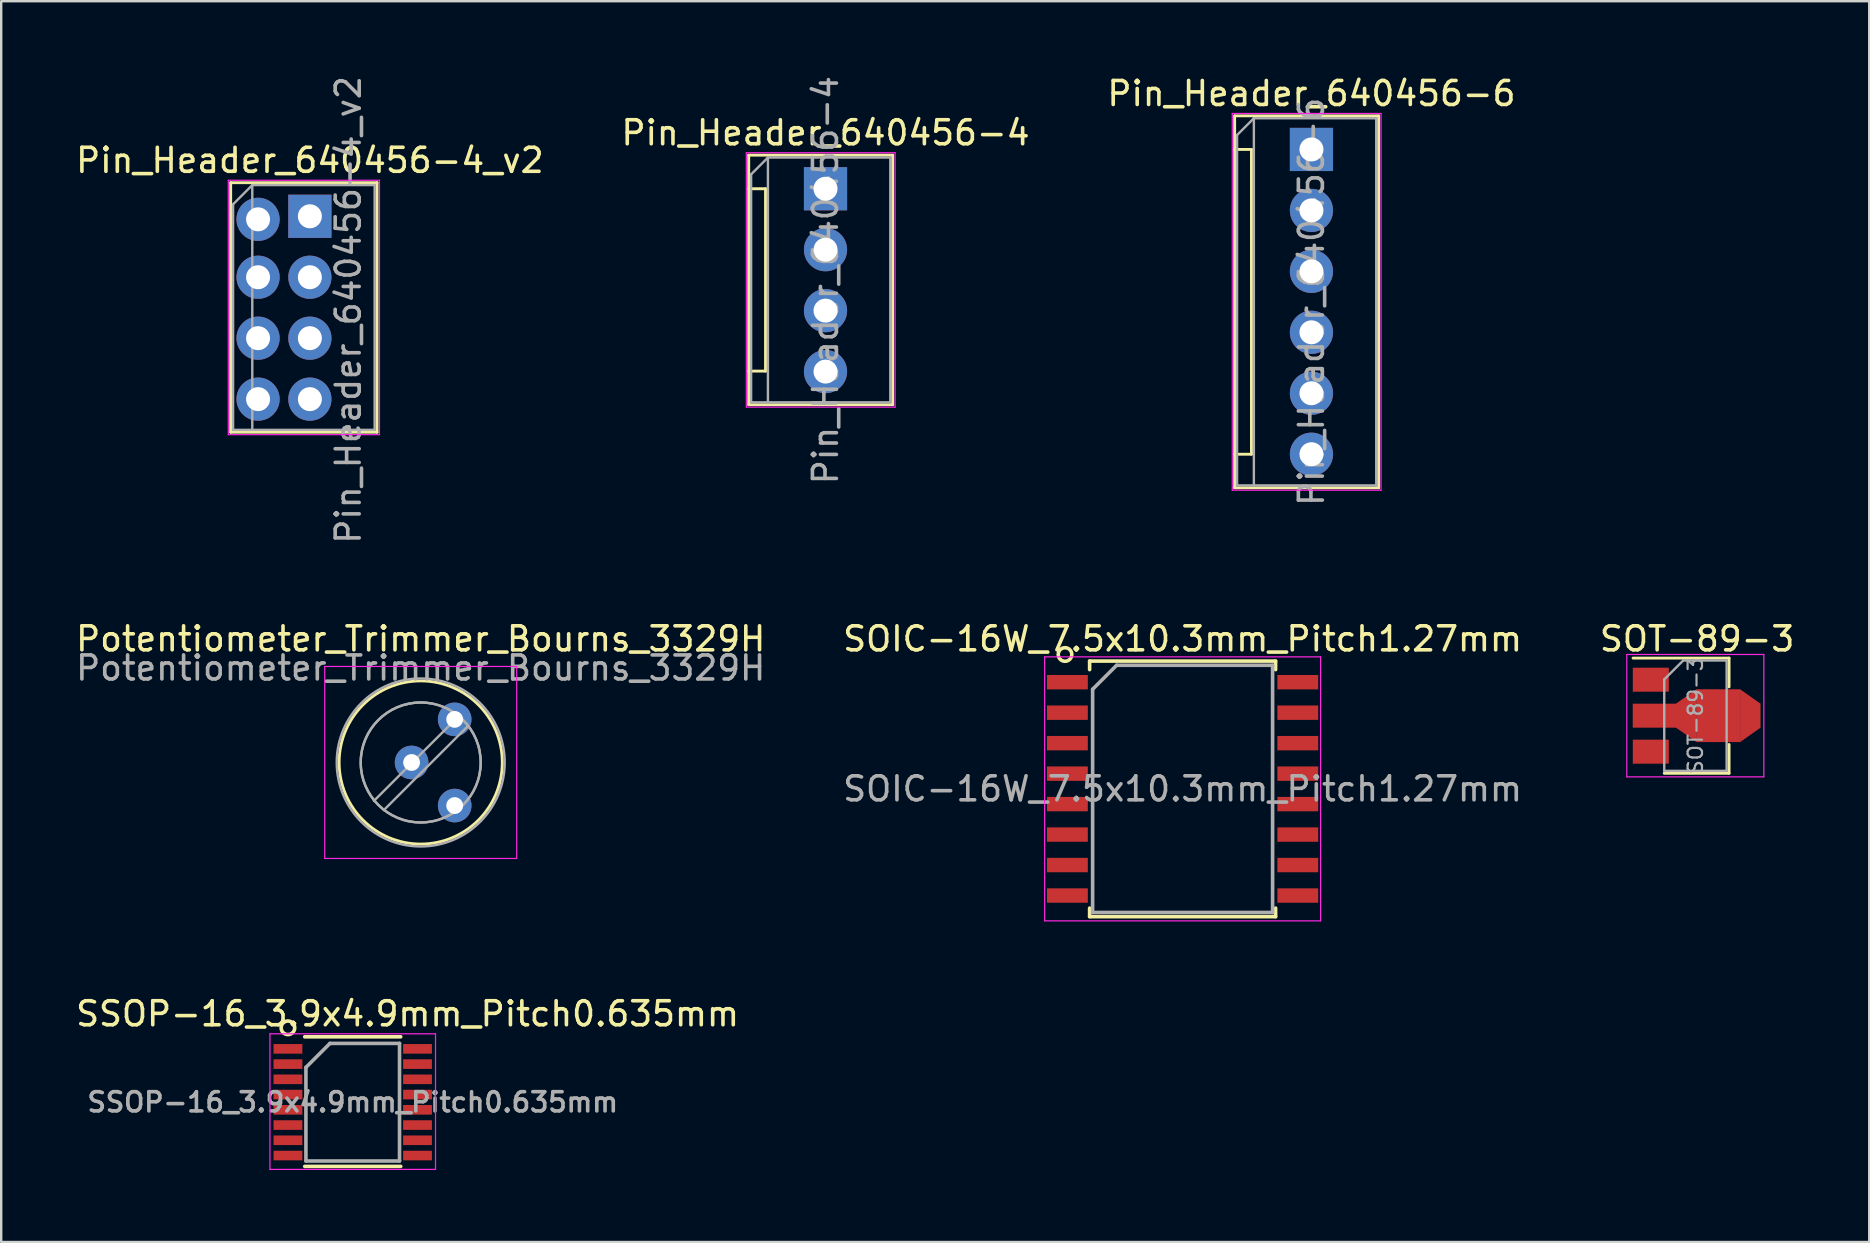
<source format=kicad_pcb>
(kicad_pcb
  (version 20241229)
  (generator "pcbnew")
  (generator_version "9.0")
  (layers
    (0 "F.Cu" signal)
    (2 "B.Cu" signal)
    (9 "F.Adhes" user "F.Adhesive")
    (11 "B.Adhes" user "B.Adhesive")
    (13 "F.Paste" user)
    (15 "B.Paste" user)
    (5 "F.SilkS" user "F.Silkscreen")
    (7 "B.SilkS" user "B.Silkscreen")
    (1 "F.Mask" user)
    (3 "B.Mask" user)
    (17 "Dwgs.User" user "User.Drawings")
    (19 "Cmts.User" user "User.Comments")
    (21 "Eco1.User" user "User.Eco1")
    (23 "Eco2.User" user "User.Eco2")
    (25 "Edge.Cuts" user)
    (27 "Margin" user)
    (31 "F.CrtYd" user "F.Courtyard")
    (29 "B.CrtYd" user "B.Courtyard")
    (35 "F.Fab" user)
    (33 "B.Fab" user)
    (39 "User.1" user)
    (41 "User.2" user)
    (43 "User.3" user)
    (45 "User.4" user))
  (footprint "Pin_Header_640456-4"
    (layer "F.Cu")
    (at 31.351 4.815)
    (property "Reference" "Pin_Header_640456-4" (at 0 -2.33 0) (layer "F.SilkS") (effects (font (size 1 1) (thickness 0.15))))
    (attr through_hole)
    (fp_line (start -3.2 -1.4) (end -3.2 9) (stroke (width 0.12) (type solid)) (layer "F.SilkS"))
    (fp_line (start -3.2 -1.4) (end 2.8 -1.4) (stroke (width 0.12) (type solid)) (layer "F.SilkS"))
    (fp_line (start -3.2 9) (end 2.8 9) (stroke (width 0.12) (type solid)) (layer "F.SilkS"))
    (fp_line (start -2.5 0) (end -3.2 0) (stroke (width 0.12) (type solid)) (layer "F.SilkS"))
    (fp_line (start -2.5 0) (end -2.5 7.6) (stroke (width 0.12) (type solid)) (layer "F.SilkS"))
    (fp_line (start -2.5 7.6) (end -3.2 7.6) (stroke (width 0.12) (type solid)) (layer "F.SilkS"))
    (fp_line (start 2.8 -1.4) (end 2.8 9) (stroke (width 0.12) (type solid)) (layer "F.SilkS"))
    (fp_line (start -3.3 -1.5) (end 2.9 -1.5) (stroke (width 0.05) (type solid)) (layer "F.CrtYd"))
    (fp_line (start -3.3 9.1) (end -3.3 -1.5) (stroke (width 0.05) (type solid)) (layer "F.CrtYd"))
    (fp_line (start 2.9 -1.5) (end 2.9 9.1) (stroke (width 0.05) (type solid)) (layer "F.CrtYd"))
    (fp_line (start 2.9 9.1) (end -3.3 9.1) (stroke (width 0.05) (type solid)) (layer "F.CrtYd"))
    (fp_line (start -3.1 -0.6) (end -2.4 -1.3) (stroke (width 0.1) (type solid)) (layer "F.Fab"))
    (fp_line (start -3.1 8.9) (end -3.1 -0.6) (stroke (width 0.1) (type solid)) (layer "F.Fab"))
    (fp_line (start -2.4 -1.3) (end 2.7 -1.3) (stroke (width 0.1) (type solid)) (layer "F.Fab"))
    (fp_line (start -2.4 8.9) (end -2.4 -1.3) (stroke (width 0.1) (type solid)) (layer "F.Fab"))
    (fp_line (start 2.7 -1.3) (end 2.7 8.9) (stroke (width 0.1) (type solid)) (layer "F.Fab"))
    (fp_line (start 2.7 8.9) (end -3.1 8.9) (stroke (width 0.1) (type solid)) (layer "F.Fab"))
    (fp_text user "${REFERENCE}" (at 0 3.81 90) (layer "F.Fab") (effects (font (size 1 1) (thickness 0.15))))
    (pad "1" thru_hole rect (at 0 0) (size 1.8 1.8) (drill 1) (layers "*.Cu" "*.Mask"))
    (pad "2" thru_hole oval (at 0 2.54) (size 1.8 1.8) (drill 1) (layers "*.Cu" "*.Mask"))
    (pad "3" thru_hole oval (at 0 5.08) (size 1.8 1.8) (drill 1) (layers "*.Cu" "*.Mask"))
    (pad "4" thru_hole oval (at 0 7.62) (size 1.8 1.8) (drill 1) (layers "*.Cu" "*.Mask")))
  (footprint "Pin_Header_640456-4_v2"
    (layer "F.Cu")
    (at 9.863 5.963)
    (property "Reference" "Pin_Header_640456-4_v2" (at 0 -2.33 0) (layer "F.SilkS") (effects (font (size 1 1) (thickness 0.15))))
    (attr through_hole)
    (fp_line (start -3.3 -1.4) (end -3.3 9) (stroke (width 0.12) (type solid)) (layer "F.SilkS"))
    (fp_line (start -3.3 -1.4) (end 2.8 -1.4) (stroke (width 0.12) (type solid)) (layer "F.SilkS"))
    (fp_line (start -3.3 9) (end 2.8 9) (stroke (width 0.12) (type solid)) (layer "F.SilkS"))
    (fp_line (start 2.8 -1.4) (end 2.8 9) (stroke (width 0.12) (type solid)) (layer "F.SilkS"))
    (fp_line (start -3.4 -1.5) (end 2.9 -1.5) (stroke (width 0.05) (type solid)) (layer "F.CrtYd"))
    (fp_line (start -3.4 9.1) (end -3.4 -1.5) (stroke (width 0.05) (type solid)) (layer "F.CrtYd"))
    (fp_line (start 2.9 -1.5) (end 2.9 9.1) (stroke (width 0.05) (type solid)) (layer "F.CrtYd"))
    (fp_line (start 2.9 9.1) (end -3.4 9.1) (stroke (width 0.05) (type solid)) (layer "F.CrtYd"))
    (fp_line (start -3.2 -0.5) (end -2.4 -1.3) (stroke (width 0.1) (type solid)) (layer "F.Fab"))
    (fp_line (start -3.2 8.9) (end -3.2 -0.5) (stroke (width 0.1) (type solid)) (layer "F.Fab"))
    (fp_line (start -2.4 -1.3) (end 2.7 -1.3) (stroke (width 0.1) (type solid)) (layer "F.Fab"))
    (fp_line (start -2.4 8.9) (end -2.4 -1.3) (stroke (width 0.1) (type solid)) (layer "F.Fab"))
    (fp_line (start 2.7 -1.3) (end 2.7 8.9) (stroke (width 0.1) (type solid)) (layer "F.Fab"))
    (fp_line (start 2.7 8.9) (end -3.2 8.9) (stroke (width 0.1) (type solid)) (layer "F.Fab"))
    (fp_text user "${REFERENCE}" (at 1.6 3.9 90) (layer "F.Fab") (effects (font (size 1 1) (thickness 0.15))))
    (pad "1" thru_hole circle (at -2.159 0.127) (size 1.8 1.8) (drill 1) (layers "*.Cu" "*.Mask"))
    (pad "1" thru_hole rect (at 0 0) (size 1.8 1.8) (drill 1) (layers "*.Cu" "*.Mask"))
    (pad "2" thru_hole oval (at -2.159 2.54) (size 1.8 1.8) (drill 1) (layers "*.Cu" "*.Mask"))
    (pad "2" thru_hole oval (at 0 2.54) (size 1.8 1.8) (drill 1) (layers "*.Cu" "*.Mask"))
    (pad "3" thru_hole oval (at -2.159 5.08) (size 1.8 1.8) (drill 1) (layers "*.Cu" "*.Mask"))
    (pad "3" thru_hole oval (at 0 5.08) (size 1.8 1.8) (drill 1) (layers "*.Cu" "*.Mask"))
    (pad "4" thru_hole oval (at -2.159 7.62) (size 1.8 1.8) (drill 1) (layers "*.Cu" "*.Mask"))
    (pad "4" thru_hole oval (at 0 7.62) (size 1.8 1.8) (drill 1) (layers "*.Cu" "*.Mask")))
  (footprint "Potentiometer_Trimmer_Bourns_3329H"
    (layer "F.Cu")
    (at 14.482 28.724)
    (property "Reference" "Potentiometer_Trimmer_Bourns_3329H" (at 0 -5.15 0) (layer "F.SilkS") (effects (font (size 1 1) (thickness 0.15))))
    (attr through_hole)
    (fp_circle (center 0 0) (end 3.4 0) (stroke (width 0.12) (type solid)) (fill no) (layer "F.SilkS"))
    (fp_line (start -4 -4) (end -4 4) (stroke (width 0.05) (type solid)) (layer "F.CrtYd"))
    (fp_line (start -4 4) (end 4 4) (stroke (width 0.05) (type solid)) (layer "F.CrtYd"))
    (fp_line (start 4 -4) (end -4 -4) (stroke (width 0.05) (type solid)) (layer "F.CrtYd"))
    (fp_line (start 4 4) (end 4 -4) (stroke (width 0.05) (type solid)) (layer "F.CrtYd"))
    (fp_line (start 1.539 -1.886) (end -1.95 1.6) (stroke (width 0.1) (type solid)) (layer "F.Fab"))
    (fp_line (start 1.95 -1.5) (end -1.539 1.986) (stroke (width 0.1) (type solid)) (layer "F.Fab"))
    (fp_circle (center 0 0) (end 2.5 0) (stroke (width 0.1) (type solid)) (fill no) (layer "F.Fab"))
    (fp_circle (center 0 0) (end 2.5 0) (stroke (width 0.1) (type solid)) (fill no) (layer "F.Fab"))
    (fp_circle (center 0 0) (end 3.5 0) (stroke (width 0.1) (type solid)) (fill no) (layer "F.Fab"))
    (fp_text user "${REFERENCE}" (at 0 -3.937 0) (layer "F.Fab") (effects (font (size 1 1) (thickness 0.15))))
    (pad "1" thru_hole circle (at 1.416 -1.796) (size 1.4 1.4) (drill 0.7) (layers "*.Cu" "*.Mask"))
    (pad "2" thru_hole circle (at -0.38 0) (size 1.4 1.4) (drill 0.7) (layers "*.Cu" "*.Mask"))
    (pad "3" thru_hole circle (at 1.416 1.796) (size 1.4 1.4) (drill 0.7) (layers "*.Cu" "*.Mask")))
  (footprint "SSOP-16_3.9x4.9mm_Pitch0.635mm"
    (layer "F.Cu")
    (at 11.649 42.881)
    (property "Reference" "SSOP-16_3.9x4.9mm_Pitch0.635mm" (at 2.286 -3.683 180) (layer "F.SilkS") (effects (font (size 1 1) (thickness 0.15))))
    (attr smd)
    (fp_line (start -2 -2.725) (end 2 -2.725) (stroke (width 0.15) (type solid)) (layer "F.SilkS"))
    (fp_line (start -2 2.675) (end 2 2.675) (stroke (width 0.15) (type solid)) (layer "F.SilkS"))
    (fp_circle (center -2.7 -3.1) (end -2.5 -2.9) (stroke (width 0.15) (type solid)) (fill no) (layer "F.SilkS"))
    (fp_line (start -3.45 -2.85) (end -3.45 2.8) (stroke (width 0.05) (type solid)) (layer "F.CrtYd"))
    (fp_line (start -3.45 -2.85) (end 3.45 -2.85) (stroke (width 0.05) (type solid)) (layer "F.CrtYd"))
    (fp_line (start -3.45 2.8) (end 3.45 2.8) (stroke (width 0.05) (type solid)) (layer "F.CrtYd"))
    (fp_line (start 3.45 -2.85) (end 3.45 2.8) (stroke (width 0.05) (type solid)) (layer "F.CrtYd"))
    (fp_line (start -1.95 -1.45) (end -0.95 -2.45) (stroke (width 0.15) (type solid)) (layer "F.Fab"))
    (fp_line (start -1.95 2.45) (end -1.95 -1.45) (stroke (width 0.15) (type solid)) (layer "F.Fab"))
    (fp_line (start -0.95 -2.45) (end 1.95 -2.45) (stroke (width 0.15) (type solid)) (layer "F.Fab"))
    (fp_line (start 1.95 -2.45) (end 1.95 2.45) (stroke (width 0.15) (type solid)) (layer "F.Fab"))
    (fp_line (start 1.95 2.45) (end -1.95 2.45) (stroke (width 0.15) (type solid)) (layer "F.Fab"))
    (fp_text user "${REFERENCE}" (at 0 0 0) (layer "F.Fab") (effects (font (size 0.8 0.8) (thickness 0.15))))
    (pad "1" smd rect (at -2.7 -2.223) (size 1.2 0.4) (layers "F.Cu" "F.Mask" "F.Paste"))
    (pad "2" smd rect (at -2.7 -1.587) (size 1.2 0.4) (layers "F.Cu" "F.Mask" "F.Paste"))
    (pad "3" smd rect (at -2.7 -0.953) (size 1.2 0.4) (layers "F.Cu" "F.Mask" "F.Paste"))
    (pad "4" smd rect (at -2.7 -0.318) (size 1.2 0.4) (layers "F.Cu" "F.Mask" "F.Paste"))
    (pad "5" smd rect (at -2.7 0.318) (size 1.2 0.4) (layers "F.Cu" "F.Mask" "F.Paste"))
    (pad "6" smd rect (at -2.7 0.953) (size 1.2 0.4) (layers "F.Cu" "F.Mask" "F.Paste"))
    (pad "7" smd rect (at -2.7 1.587) (size 1.2 0.4) (layers "F.Cu" "F.Mask" "F.Paste"))
    (pad "8" smd rect (at -2.7 2.223) (size 1.2 0.4) (layers "F.Cu" "F.Mask" "F.Paste"))
    (pad "9" smd rect (at 2.7 2.223) (size 1.2 0.4) (layers "F.Cu" "F.Mask" "F.Paste"))
    (pad "10" smd rect (at 2.7 1.587) (size 1.2 0.4) (layers "F.Cu" "F.Mask" "F.Paste"))
    (pad "11" smd rect (at 2.7 0.953) (size 1.2 0.4) (layers "F.Cu" "F.Mask" "F.Paste"))
    (pad "12" smd rect (at 2.7 0.318) (size 1.2 0.4) (layers "F.Cu" "F.Mask" "F.Paste"))
    (pad "13" smd rect (at 2.7 -0.318) (size 1.2 0.4) (layers "F.Cu" "F.Mask" "F.Paste"))
    (pad "14" smd rect (at 2.7 -0.953) (size 1.2 0.4) (layers "F.Cu" "F.Mask" "F.Paste"))
    (pad "15" smd rect (at 2.7 -1.587) (size 1.2 0.4) (layers "F.Cu" "F.Mask" "F.Paste"))
    (pad "16" smd rect (at 2.7 -2.223) (size 1.2 0.4) (layers "F.Cu" "F.Mask" "F.Paste")))
  (footprint "Pin_Header_640456-6"
    (layer "F.Cu")
    (at 51.601 3.178)
    (property "Reference" "Pin_Header_640456-6" (at 0 -2.33 0) (layer "F.SilkS") (effects (font (size 1 1) (thickness 0.15))))
    (attr through_hole)
    (fp_line (start -3.2 -1.4) (end -3.2 14.1) (stroke (width 0.12) (type solid)) (layer "F.SilkS"))
    (fp_line (start -3.2 -1.4) (end 2.8 -1.4) (stroke (width 0.12) (type solid)) (layer "F.SilkS"))
    (fp_line (start -3.2 14.1) (end 2.8 14.1) (stroke (width 0.12) (type solid)) (layer "F.SilkS"))
    (fp_line (start -2.5 0) (end -3.2 0) (stroke (width 0.12) (type solid)) (layer "F.SilkS"))
    (fp_line (start -2.5 0) (end -2.5 12.7) (stroke (width 0.12) (type solid)) (layer "F.SilkS"))
    (fp_line (start -2.5 12.7) (end -3.2 12.7) (stroke (width 0.12) (type solid)) (layer "F.SilkS"))
    (fp_line (start 2.8 -1.4) (end 2.8 14.1) (stroke (width 0.12) (type solid)) (layer "F.SilkS"))
    (fp_line (start -3.3 -1.5) (end 2.9 -1.5) (stroke (width 0.05) (type solid)) (layer "F.CrtYd"))
    (fp_line (start -3.3 14.2) (end -3.3 -1.5) (stroke (width 0.05) (type solid)) (layer "F.CrtYd"))
    (fp_line (start 2.9 -1.5) (end 2.9 14.2) (stroke (width 0.05) (type solid)) (layer "F.CrtYd"))
    (fp_line (start 2.9 14.2) (end -3.3 14.2) (stroke (width 0.05) (type solid)) (layer "F.CrtYd"))
    (fp_line (start -3.1 -0.6) (end -2.4 -1.3) (stroke (width 0.1) (type solid)) (layer "F.Fab"))
    (fp_line (start -3.1 14) (end -3.1 -0.6) (stroke (width 0.1) (type solid)) (layer "F.Fab"))
    (fp_line (start -2.4 -1.3) (end 2.7 -1.3) (stroke (width 0.1) (type solid)) (layer "F.Fab"))
    (fp_line (start -2.4 14) (end -2.4 -1.3) (stroke (width 0.1) (type solid)) (layer "F.Fab"))
    (fp_line (start 2.7 -1.3) (end 2.7 14) (stroke (width 0.1) (type solid)) (layer "F.Fab"))
    (fp_line (start 2.7 14) (end -3.1 14) (stroke (width 0.1) (type solid)) (layer "F.Fab"))
    (fp_text user "${REFERENCE}" (at 0 6.35 90) (layer "F.Fab") (effects (font (size 1 1) (thickness 0.15))))
    (pad "1" thru_hole rect (at 0 0) (size 1.8 1.8) (drill 1) (layers "*.Cu" "*.Mask"))
    (pad "2" thru_hole oval (at 0 2.54) (size 1.8 1.8) (drill 1) (layers "*.Cu" "*.Mask"))
    (pad "3" thru_hole oval (at 0 5.08) (size 1.8 1.8) (drill 1) (layers "*.Cu" "*.Mask"))
    (pad "4" thru_hole oval (at 0 7.62) (size 1.8 1.8) (drill 1) (layers "*.Cu" "*.Mask"))
    (pad "5" thru_hole oval (at 0 10.16) (size 1.8 1.8) (drill 1) (layers "*.Cu" "*.Mask"))
    (pad "6" thru_hole oval (at 0 12.7) (size 1.8 1.8) (drill 1) (layers "*.Cu" "*.Mask")))
  (footprint "SOT-89-3"
    (layer "F.Cu")
    (at 67.223 26.774)
    (property "Reference" "SOT-89-3" (at 0.45 -3.2 0) (layer "F.SilkS") (effects (font (size 1 1) (thickness 0.15))))
    (attr smd)
    (fp_line (start -2.22 -2.4) (end 1.78 -2.4) (stroke (width 0.12) (type solid)) (layer "F.SilkS"))
    (fp_line (start 1.78 -2.4) (end 1.78 -1.2) (stroke (width 0.12) (type solid)) (layer "F.SilkS"))
    (fp_line (start 1.78 1.2) (end 1.78 2.4) (stroke (width 0.12) (type solid)) (layer "F.SilkS"))
    (fp_line (start 1.78 2.4) (end -0.92 2.4) (stroke (width 0.12) (type solid)) (layer "F.SilkS"))
    (fp_line (start -2.48 2.55) (end -2.48 -2.55) (stroke (width 0.05) (type solid)) (layer "F.CrtYd"))
    (fp_line (start -2.48 2.55) (end 3.23 2.55) (stroke (width 0.05) (type solid)) (layer "F.CrtYd"))
    (fp_line (start 3.23 -2.55) (end -2.48 -2.55) (stroke (width 0.05) (type solid)) (layer "F.CrtYd"))
    (fp_line (start 3.23 -2.55) (end 3.23 2.55) (stroke (width 0.05) (type solid)) (layer "F.CrtYd"))
    (fp_line (start -0.92 -1.51) (end -0.13 -2.3) (stroke (width 0.1) (type solid)) (layer "F.Fab"))
    (fp_line (start -0.92 2.3) (end -0.92 -1.51) (stroke (width 0.1) (type solid)) (layer "F.Fab"))
    (fp_line (start -0.13 -2.3) (end 1.68 -2.3) (stroke (width 0.1) (type solid)) (layer "F.Fab"))
    (fp_line (start 1.68 -2.3) (end 1.68 2.3) (stroke (width 0.1) (type solid)) (layer "F.Fab"))
    (fp_line (start 1.68 2.3) (end -0.92 2.3) (stroke (width 0.1) (type solid)) (layer "F.Fab"))
    (fp_text user "${REFERENCE}" (at 0.38 0 90) (layer "F.Fab") (effects (font (size 0.6 0.6) (thickness 0.09))))
    (pad "1" smd rect (at -1.48 -1.5 270) (size 1 1.5) (layers "F.Cu" "F.Mask" "F.Paste"))
    (pad "2" smd rect (at -1.333 0 270) (size 1 1.8) (layers "F.Cu" "F.Mask" "F.Paste"))
    (pad "2" smd trapezoid (at -0.076 0 90) (size 1.5 1) (rect_delta 0 0.7) (layers "F.Cu" "F.Mask" "F.Paste"))
    (pad "2" smd rect (at 1.333 0 270) (size 2.2 1.84) (layers "F.Cu" "F.Mask" "F.Paste"))
    (pad "2" smd trapezoid (at 2.667 0 270) (size 1.6 0.85) (rect_delta 0 0.6) (layers "F.Cu" "F.Mask" "F.Paste"))
    (pad "3" smd rect (at -1.48 1.5 270) (size 1 1.5) (layers "F.Cu" "F.Mask" "F.Paste")))
  (footprint "SOIC-16W_7.5x10.3mm_Pitch1.27mm"
    (layer "F.Cu")
    (at 46.232 29.824)
    (property "Reference" "SOIC-16W_7.5x10.3mm_Pitch1.27mm" (at 0 -6.25 0) (layer "F.SilkS") (effects (font (size 1 1) (thickness 0.15))))
    (attr smd)
    (fp_line (start -3.875 -5.325) (end -3.875 -4.97) (stroke (width 0.15) (type solid)) (layer "F.SilkS"))
    (fp_line (start -3.875 -5.325) (end 3.875 -5.325) (stroke (width 0.15) (type solid)) (layer "F.SilkS"))
    (fp_line (start -3.875 5.325) (end -3.875 4.97) (stroke (width 0.15) (type solid)) (layer "F.SilkS"))
    (fp_line (start -3.875 5.325) (end 3.875 5.325) (stroke (width 0.15) (type solid)) (layer "F.SilkS"))
    (fp_line (start 3.875 -5.325) (end 3.875 -4.97) (stroke (width 0.15) (type solid)) (layer "F.SilkS"))
    (fp_line (start 3.875 5.325) (end 3.875 4.97) (stroke (width 0.15) (type solid)) (layer "F.SilkS"))
    (fp_circle (center -4.9 -5.6) (end -4.7 -5.4) (stroke (width 0.15) (type solid)) (fill no) (layer "F.SilkS"))
    (fp_line (start -5.75 -5.5) (end -5.75 5.5) (stroke (width 0.05) (type solid)) (layer "F.CrtYd"))
    (fp_line (start -5.75 -5.5) (end 5.75 -5.5) (stroke (width 0.05) (type solid)) (layer "F.CrtYd"))
    (fp_line (start -5.75 5.5) (end 5.75 5.5) (stroke (width 0.05) (type solid)) (layer "F.CrtYd"))
    (fp_line (start 5.75 -5.5) (end 5.75 5.5) (stroke (width 0.05) (type solid)) (layer "F.CrtYd"))
    (fp_line (start -3.75 -4.15) (end -2.75 -5.15) (stroke (width 0.15) (type solid)) (layer "F.Fab"))
    (fp_line (start -3.75 5.15) (end -3.75 -4.15) (stroke (width 0.15) (type solid)) (layer "F.Fab"))
    (fp_line (start -2.75 -5.15) (end 3.75 -5.15) (stroke (width 0.15) (type solid)) (layer "F.Fab"))
    (fp_line (start 3.75 -5.15) (end 3.75 5.15) (stroke (width 0.15) (type solid)) (layer "F.Fab"))
    (fp_line (start 3.75 5.15) (end -3.75 5.15) (stroke (width 0.15) (type solid)) (layer "F.Fab"))
    (fp_text user "${REFERENCE}" (at 0 0 0) (layer "F.Fab") (effects (font (size 1 1) (thickness 0.15))))
    (pad "1" smd rect (at -4.8 -4.445) (size 1.7 0.6) (layers "F.Cu" "F.Mask" "F.Paste"))
    (pad "2" smd rect (at -4.8 -3.175) (size 1.7 0.6) (layers "F.Cu" "F.Mask" "F.Paste"))
    (pad "3" smd rect (at -4.8 -1.905) (size 1.7 0.6) (layers "F.Cu" "F.Mask" "F.Paste"))
    (pad "4" smd rect (at -4.8 -0.635) (size 1.7 0.6) (layers "F.Cu" "F.Mask" "F.Paste"))
    (pad "5" smd rect (at -4.8 0.635) (size 1.7 0.6) (layers "F.Cu" "F.Mask" "F.Paste"))
    (pad "6" smd rect (at -4.8 1.905) (size 1.7 0.6) (layers "F.Cu" "F.Mask" "F.Paste"))
    (pad "7" smd rect (at -4.8 3.175) (size 1.7 0.6) (layers "F.Cu" "F.Mask" "F.Paste"))
    (pad "8" smd rect (at -4.8 4.445) (size 1.7 0.6) (layers "F.Cu" "F.Mask" "F.Paste"))
    (pad "9" smd rect (at 4.8 4.445) (size 1.7 0.6) (layers "F.Cu" "F.Mask" "F.Paste"))
    (pad "10" smd rect (at 4.8 3.175) (size 1.7 0.6) (layers "F.Cu" "F.Mask" "F.Paste"))
    (pad "11" smd rect (at 4.8 1.905) (size 1.7 0.6) (layers "F.Cu" "F.Mask" "F.Paste"))
    (pad "12" smd rect (at 4.8 0.635) (size 1.7 0.6) (layers "F.Cu" "F.Mask" "F.Paste"))
    (pad "13" smd rect (at 4.8 -0.635) (size 1.7 0.6) (layers "F.Cu" "F.Mask" "F.Paste"))
    (pad "14" smd rect (at 4.8 -1.905) (size 1.7 0.6) (layers "F.Cu" "F.Mask" "F.Paste"))
    (pad "15" smd rect (at 4.8 -3.175) (size 1.7 0.6) (layers "F.Cu" "F.Mask" "F.Paste"))
    (pad "16" smd rect (at 4.8 -4.445) (size 1.7 0.6) (layers "F.Cu" "F.Mask" "F.Paste")))
  (gr_rect
    (start -3 -3)
    (end 74.845 48.706)
    (stroke (width 0.1) (type default))
    (fill no)
    (layer "Edge.Cuts")))
</source>
